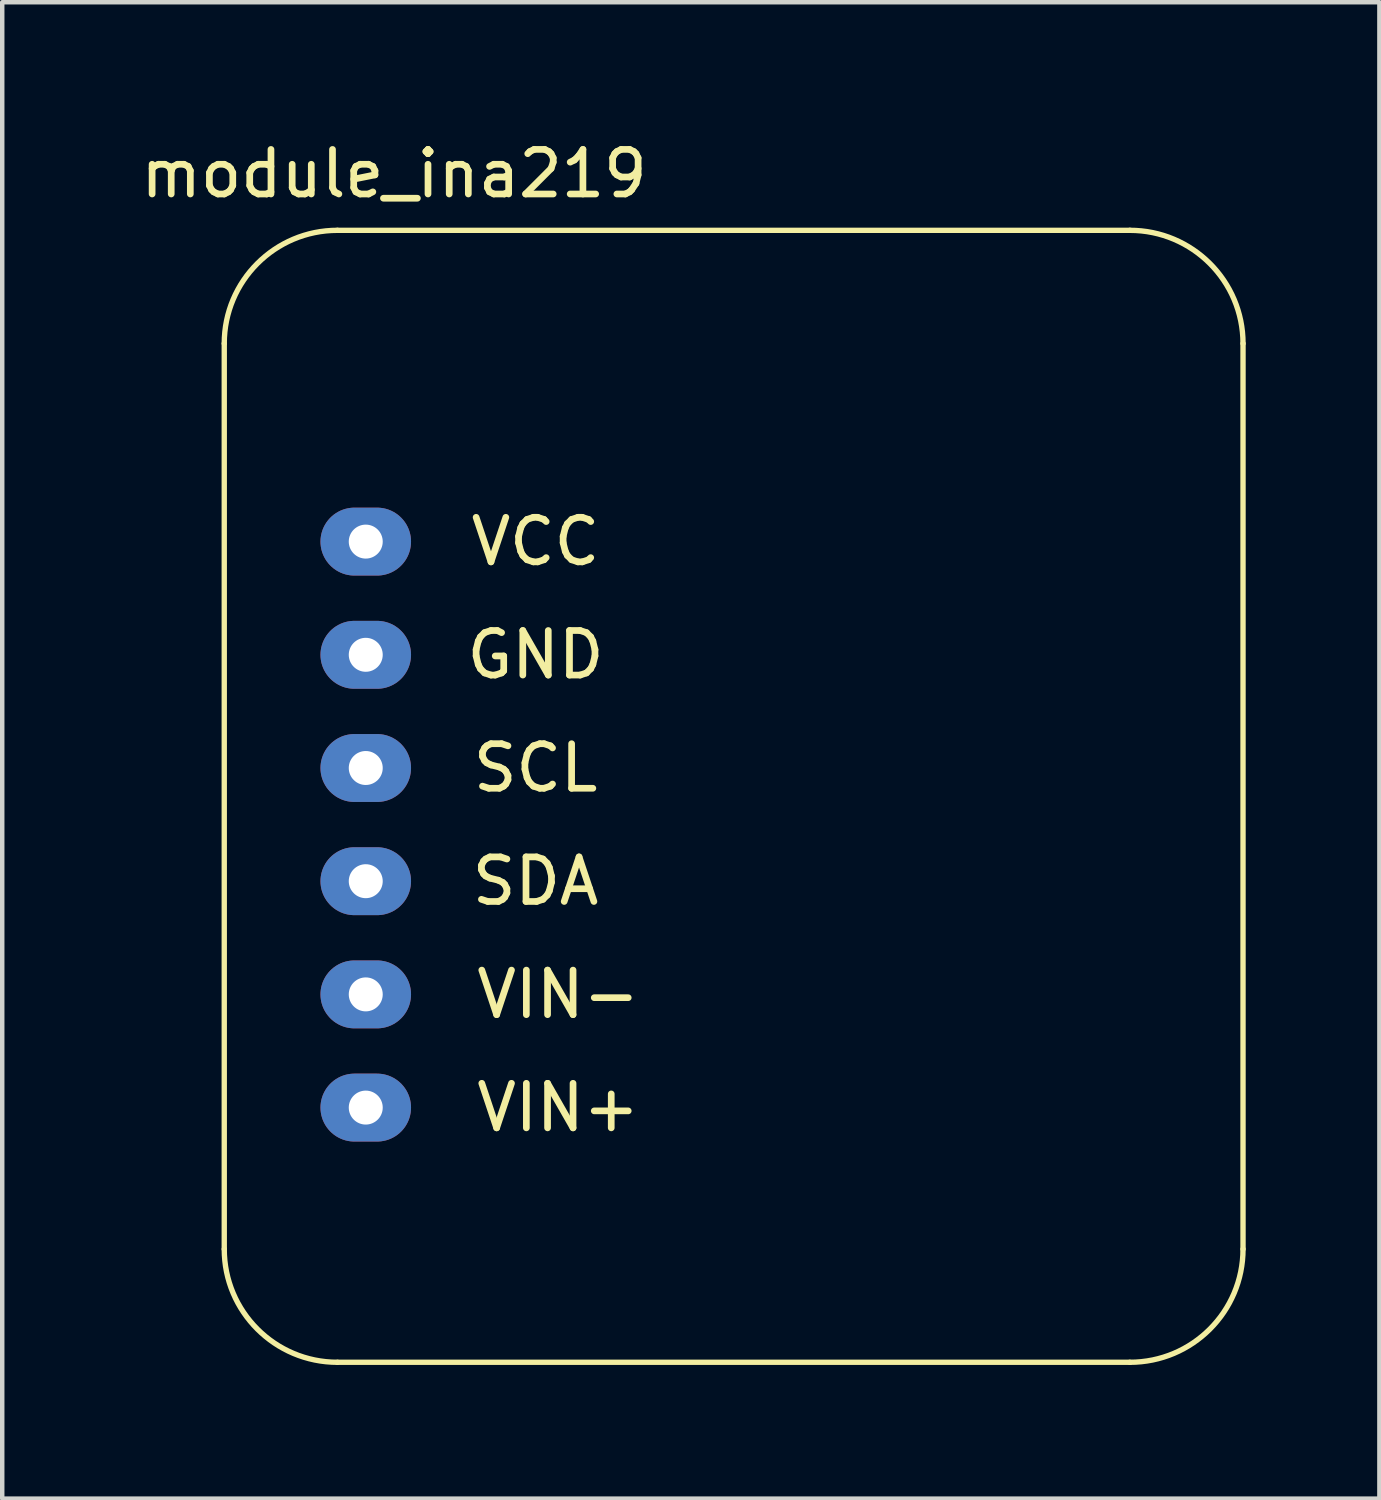
<source format=kicad_pcb>
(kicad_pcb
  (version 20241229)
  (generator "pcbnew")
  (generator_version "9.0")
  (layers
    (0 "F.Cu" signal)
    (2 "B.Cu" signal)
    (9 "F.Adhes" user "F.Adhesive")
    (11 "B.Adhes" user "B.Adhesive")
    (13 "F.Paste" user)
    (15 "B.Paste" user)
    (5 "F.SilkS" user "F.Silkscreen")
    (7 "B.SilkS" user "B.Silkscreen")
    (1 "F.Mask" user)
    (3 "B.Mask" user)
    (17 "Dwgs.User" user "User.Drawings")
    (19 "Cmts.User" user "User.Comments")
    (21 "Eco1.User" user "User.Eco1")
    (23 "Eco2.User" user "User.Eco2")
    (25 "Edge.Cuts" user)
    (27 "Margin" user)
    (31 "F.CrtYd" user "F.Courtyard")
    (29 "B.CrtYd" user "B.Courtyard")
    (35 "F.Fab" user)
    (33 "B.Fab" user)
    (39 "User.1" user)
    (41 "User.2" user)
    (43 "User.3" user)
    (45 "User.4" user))
  (footprint "module_ina219"
    (layer "F.Cu")
    (at 5.157 21.803)
    (property "Reference" "module_ina219" (at 0.635 -20.955 0) (layer "F.SilkS") (effects (font (size 1 1) (thickness 0.15))))
    (attr through_hole)
    (fp_line (start -3.175 3.175) (end -3.175 -17.145) (stroke (width 0.12) (type solid)) (layer "F.SilkS"))
    (fp_line (start -0.635 -19.685) (end 17.145 -19.685) (stroke (width 0.12) (type solid)) (layer "F.SilkS"))
    (fp_line (start 17.145 5.715) (end -0.635 5.715) (stroke (width 0.12) (type solid)) (layer "F.SilkS"))
    (fp_line (start 19.685 -17.145) (end 19.685 3.175) (stroke (width 0.12) (type solid)) (layer "F.SilkS"))
    (fp_arc (start -3.175 -17.145) (mid -2.431051 -18.941051) (end -0.635 -19.685) (stroke (width 0.12) (type solid)) (layer "F.SilkS"))
    (fp_arc (start -0.635 5.715) (mid -2.431051 4.971051) (end -3.175 3.175) (stroke (width 0.12) (type solid)) (layer "F.SilkS"))
    (fp_arc (start 17.145 -19.685) (mid 18.941051 -18.941051) (end 19.685 -17.145) (stroke (width 0.12) (type solid)) (layer "F.SilkS"))
    (fp_arc (start 19.685 3.175) (mid 18.941051 4.971051) (end 17.145 5.715) (stroke (width 0.12) (type solid)) (layer "F.SilkS"))
    (fp_text user "GND" (at 3.81 -10.16 0) (layer "F.SilkS") (effects (font (size 1 1) (thickness 0.15))))
    (fp_text user "VIN-" (at 4.318 -2.54 0) (layer "F.SilkS") (effects (font (size 1 1) (thickness 0.15))))
    (fp_text user "SDA" (at 3.81 -5.08 0) (layer "F.SilkS") (effects (font (size 1 1) (thickness 0.15))))
    (fp_text user "SCL" (at 3.81 -7.62 0) (layer "F.SilkS") (effects (font (size 1 1) (thickness 0.15))))
    (fp_text user "VIN+" (at 4.318 0 0) (layer "F.SilkS") (effects (font (size 1 1) (thickness 0.15))))
    (fp_text user "VCC" (at 3.81 -12.7 0) (layer "F.SilkS") (effects (font (size 1 1) (thickness 0.15))))
    (pad "1" thru_hole oval (at 0 -12.7) (size 2.032 1.524) (drill 0.762) (layers "*.Cu" "*.Mask"))
    (pad "2" thru_hole oval (at 0 -10.16) (size 2.032 1.524) (drill 0.762) (layers "*.Cu" "*.Mask"))
    (pad "3" thru_hole oval (at 0 -7.62) (size 2.032 1.524) (drill 0.762) (layers "*.Cu" "*.Mask"))
    (pad "4" thru_hole oval (at 0 -5.08) (size 2.032 1.524) (drill 0.762) (layers "*.Cu" "*.Mask"))
    (pad "5" thru_hole oval (at 0 -2.54) (size 2.032 1.524) (drill 0.762) (layers "*.Cu" "*.Mask"))
    (pad "6" thru_hole oval (at 0 0) (size 2.032 1.524) (drill 0.762) (layers "*.Cu" "*.Mask")))
  (gr_rect
    (start -3 -3)
    (end 27.902 30.578)
    (stroke (width 0.1) (type default))
    (fill no)
    (layer "Edge.Cuts")))
</source>
